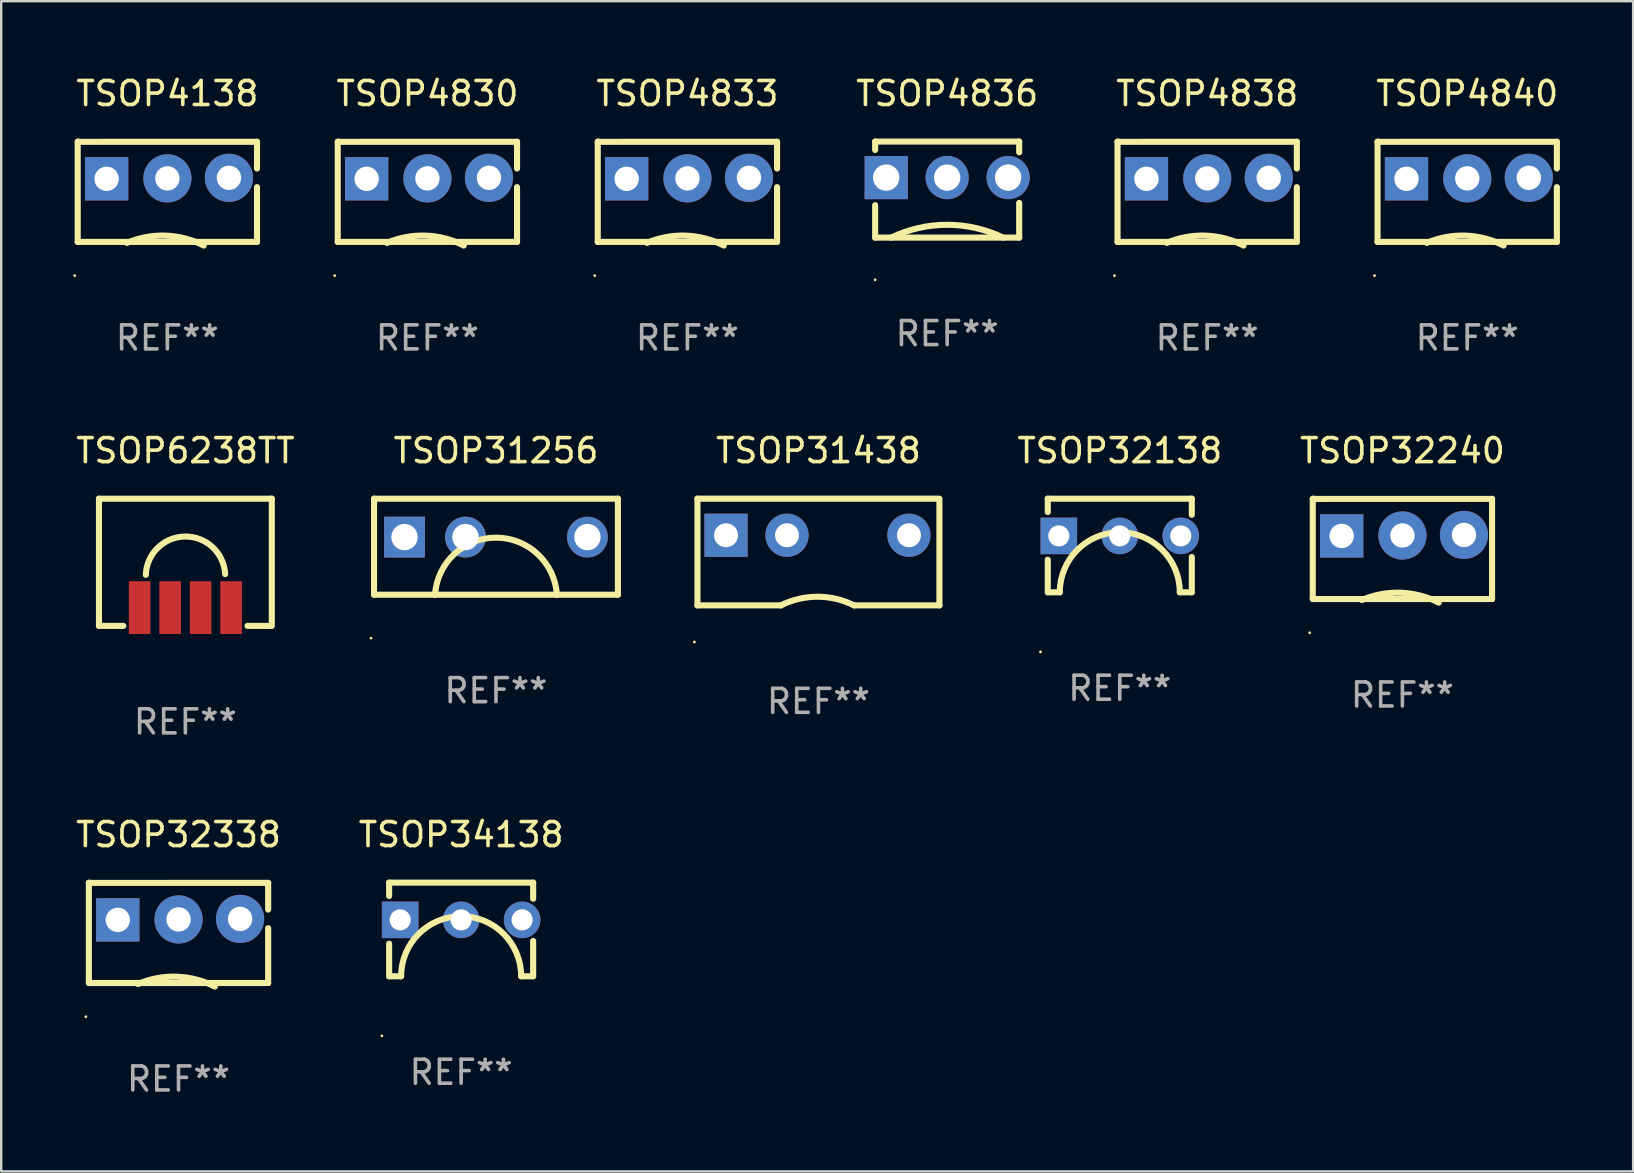
<source format=kicad_pcb>
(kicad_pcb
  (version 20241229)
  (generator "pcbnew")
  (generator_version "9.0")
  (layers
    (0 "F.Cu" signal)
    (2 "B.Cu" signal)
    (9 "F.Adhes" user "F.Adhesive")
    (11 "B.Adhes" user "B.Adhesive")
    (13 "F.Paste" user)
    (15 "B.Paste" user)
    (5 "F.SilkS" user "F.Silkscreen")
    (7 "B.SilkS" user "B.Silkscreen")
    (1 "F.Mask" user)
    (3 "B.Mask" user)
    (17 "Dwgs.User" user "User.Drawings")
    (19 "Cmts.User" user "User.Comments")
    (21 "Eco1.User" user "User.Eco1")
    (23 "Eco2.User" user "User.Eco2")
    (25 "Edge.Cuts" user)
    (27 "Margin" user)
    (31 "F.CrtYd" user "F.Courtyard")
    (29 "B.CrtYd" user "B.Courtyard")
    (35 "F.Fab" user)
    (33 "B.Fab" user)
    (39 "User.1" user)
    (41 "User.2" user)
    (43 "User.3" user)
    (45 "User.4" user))
  (footprint "TSOP4836"
    (layer "F.Cu")
    (at 36.409 4.848)
    (property "Reference" "TSOP4836" (at 0 -4 0) (layer "F.SilkS") (effects (font (size 1 1) (thickness 0.15))))
    (attr through_hole)
    (fp_line (start -3 -2) (end 3 -2) (stroke (width 0.254) (type solid)) (layer "F.SilkS"))
    (fp_line (start -3 -1.65) (end -3 -2) (stroke (width 0.254) (type solid)) (layer "F.SilkS"))
    (fp_line (start -3 2) (end -3 0.65) (stroke (width 0.254) (type solid)) (layer "F.SilkS"))
    (fp_line (start -3 2) (end 3 2) (stroke (width 0.254) (type solid)) (layer "F.SilkS"))
    (fp_line (start 3 -1.554) (end 3 -2) (stroke (width 0.254) (type solid)) (layer "F.SilkS"))
    (fp_line (start 3 2) (end 3 0.554) (stroke (width 0.254) (type solid)) (layer "F.SilkS"))
    (fp_arc (start -2.332372 2) (mid 0.000013 1.466571) (end 2.332398 2) (stroke (width 0.254001) (type solid)) (layer "F.SilkS"))
    (fp_circle (center -3 3.758) (end -2.97 3.758) (stroke (width 0.06) (type solid)) (fill no) (layer "F.SilkS"))
    (fp_text user "REF**" (at 0 6 0) (layer "F.Fab") (effects (font (size 1 1) (thickness 0.15))))
    (pad "1" thru_hole rect (at -2.54 -0.5) (size 1.8 1.8) (drill 1.1) (layers "*.Cu" "*.Mask"))
    (pad "2" thru_hole circle (at -0.000318 -0.5) (size 1.8 1.8) (drill 1.1) (layers "*.Cu" "*.Mask"))
    (pad "3" thru_hole circle (at 2.54 -0.5) (size 1.8 1.8) (drill 1.1) (layers "*.Cu" "*.Mask")))
  (footprint "TSOP31438"
    (layer "F.Cu")
    (at 31.046 19.947)
    (property "Reference" "TSOP31438" (at 0 -4.223 0) (layer "F.SilkS") (effects (font (size 1 1) (thickness 0.15))))
    (attr through_hole)
    (fp_line (start -5.04 -2.223) (end -5.04 2.223) (stroke (width 0.254) (type solid)) (layer "F.SilkS"))
    (fp_line (start -5.04 -2.223) (end 4.96 -2.223) (stroke (width 0.254) (type solid)) (layer "F.SilkS"))
    (fp_line (start -5.04 2.223) (end -1.564 2.223) (stroke (width 0.254) (type solid)) (layer "F.SilkS"))
    (fp_line (start 1.484 2.223) (end 5.04 2.223) (stroke (width 0.254) (type solid)) (layer "F.SilkS"))
    (fp_line (start 5.04 2.223) (end 5.04 -2.223) (stroke (width 0.254) (type solid)) (layer "F.SilkS"))
    (fp_arc (start -1.564008 2.222504) (mid -0.040005 1.862736) (end 1.483999 2.222504) (stroke (width 0.254001) (type solid)) (layer "F.SilkS"))
    (fp_circle (center -5.167 3.747) (end -5.137 3.747) (stroke (width 0.06) (type solid)) (fill no) (layer "F.SilkS"))
    (fp_text user "REF**" (at 0 6.223 0) (layer "F.Fab") (effects (font (size 1 1) (thickness 0.15))))
    (pad "1" thru_hole rect (at -3.85 -0.699) (size 1.8 1.8) (drill 1) (layers "*.Cu" "*.Mask"))
    (pad "2" thru_hole circle (at -1.31 -0.699) (size 1.8 1.8) (drill 1) (layers "*.Cu" "*.Mask"))
    (pad "3" thru_hole circle (at 3.77 -0.699) (size 1.8 1.8) (drill 1) (layers "*.Cu" "*.Mask")))
  (footprint "TSOP32338"
    (layer "F.Cu")
    (at 4.387 35.811)
    (property "Reference" "TSOP32338" (at 0 -4.09 0) (layer "F.SilkS") (effects (font (size 1 1) (thickness 0.15))))
    (attr through_hole)
    (fp_line (start -3.735 -2.081) (end -3.705 -2.09) (stroke (width 0.254) (type solid)) (layer "F.SilkS"))
    (fp_line (start -3.735 2.09) (end -3.735 -2.081) (stroke (width 0.254) (type solid)) (layer "F.SilkS"))
    (fp_line (start -3.725 -2.08) (end 3.735 -2.081) (stroke (width 0.254) (type solid)) (layer "F.SilkS"))
    (fp_line (start 3.735 -2.081) (end 3.735 -0.968) (stroke (width 0.254) (type solid)) (layer "F.SilkS"))
    (fp_line (start 3.735 -0.192) (end 3.735 2.09) (stroke (width 0.254) (type solid)) (layer "F.SilkS"))
    (fp_line (start 3.735 2.09) (end -3.735 2.09) (stroke (width 0.254) (type solid)) (layer "F.SilkS"))
    (fp_arc (start -1.684912 2.130175) (mid -0.072561 1.828006) (end 1.515241 2.240158) (stroke (width 0.254001) (type solid)) (layer "F.SilkS"))
    (fp_circle (center -3.862 3.495) (end -3.832 3.495) (stroke (width 0.06) (type solid)) (fill no) (layer "F.SilkS"))
    (fp_text user "REF**" (at 0 6.09 0) (layer "F.Fab") (effects (font (size 1 1) (thickness 0.15))))
    (pad "1" thru_hole rect (at -2.53 -0.539) (size 1.803 1.803) (drill 1.016) (layers "*.Cu" "*.Mask"))
    (pad "2" thru_hole circle (at 0.002 -0.557) (size 2.007 2.007) (drill 1.016) (layers "*.Cu" "*.Mask"))
    (pad "3" thru_hole circle (at 2.565 -0.58) (size 2.007 2.007) (drill 1.016) (layers "*.Cu" "*.Mask")))
  (footprint "TSOP6238TT"
    (layer "F.Cu")
    (at 4.673 20.375)
    (property "Reference" "TSOP6238TT" (at 0 -4.65 0) (layer "F.SilkS") (effects (font (size 1 1) (thickness 0.15))))
    (attr through_hole)
    (fp_line (start -3.6 -2.65) (end -3.6 2.65) (stroke (width 0.254) (type solid)) (layer "F.SilkS"))
    (fp_line (start -3.6 2.65) (end -2.586 2.65) (stroke (width 0.254) (type solid)) (layer "F.SilkS"))
    (fp_line (start 2.586 2.65) (end 3.556 2.65) (stroke (width 0.254) (type solid)) (layer "F.SilkS"))
    (fp_line (start 3.6 -2.65) (end -3.6 -2.65) (stroke (width 0.254) (type solid)) (layer "F.SilkS"))
    (fp_line (start 3.6 -2.65) (end 3.6 2.65) (stroke (width 0.254) (type solid)) (layer "F.SilkS"))
    (fp_arc (start -1.648439 0.524929) (mid -0.011327 -1.074016) (end 1.656871 0.492469) (stroke (width 0.254001) (type solid)) (layer "F.SilkS"))
    (fp_text user "REF**" (at 0 6.65 0) (layer "F.Fab") (effects (font (size 1 1) (thickness 0.15))))
    (pad "1" smd rect (at -1.905 1.888) (size 0.9 2.2) (layers "F.Cu" "F.Mask" "F.Paste"))
    (pad "2" smd rect (at -0.635 1.888) (size 0.9 2.2) (layers "F.Cu" "F.Mask" "F.Paste"))
    (pad "3" smd rect (at 0.635 1.888) (size 0.9 2.2) (layers "F.Cu" "F.Mask" "F.Paste"))
    (pad "4" smd rect (at 1.905 1.888) (size 0.9 2.2) (layers "F.Cu" "F.Mask" "F.Paste")))
  (footprint "TSOP4830"
    (layer "F.Cu")
    (at 14.755 4.938)
    (property "Reference" "TSOP4830" (at 0 -4.09 0) (layer "F.SilkS") (effects (font (size 1 1) (thickness 0.15))))
    (attr through_hole)
    (fp_line (start -3.735 -2.081) (end -3.705 -2.09) (stroke (width 0.254) (type solid)) (layer "F.SilkS"))
    (fp_line (start -3.735 2.09) (end -3.735 -2.081) (stroke (width 0.254) (type solid)) (layer "F.SilkS"))
    (fp_line (start -3.725 -2.08) (end 3.735 -2.081) (stroke (width 0.254) (type solid)) (layer "F.SilkS"))
    (fp_line (start 3.735 -2.081) (end 3.735 -0.968) (stroke (width 0.254) (type solid)) (layer "F.SilkS"))
    (fp_line (start 3.735 -0.192) (end 3.735 2.09) (stroke (width 0.254) (type solid)) (layer "F.SilkS"))
    (fp_line (start 3.735 2.09) (end -3.735 2.09) (stroke (width 0.254) (type solid)) (layer "F.SilkS"))
    (fp_arc (start -1.684912 2.130175) (mid -0.072561 1.828006) (end 1.515241 2.240158) (stroke (width 0.254001) (type solid)) (layer "F.SilkS"))
    (fp_circle (center -3.862 3.495) (end -3.832 3.495) (stroke (width 0.06) (type solid)) (fill no) (layer "F.SilkS"))
    (fp_text user "REF**" (at 0 6.09 0) (layer "F.Fab") (effects (font (size 1 1) (thickness 0.15))))
    (pad "1" thru_hole rect (at -2.53 -0.539) (size 1.803 1.803) (drill 1.016) (layers "*.Cu" "*.Mask"))
    (pad "2" thru_hole circle (at 0.002 -0.557) (size 2.007 2.007) (drill 1.016) (layers "*.Cu" "*.Mask"))
    (pad "3" thru_hole circle (at 2.565 -0.58) (size 2.007 2.007) (drill 1.016) (layers "*.Cu" "*.Mask")))
  (footprint "TSOP4840"
    (layer "F.Cu")
    (at 58.074 4.938)
    (property "Reference" "TSOP4840" (at 0 -4.09 0) (layer "F.SilkS") (effects (font (size 1 1) (thickness 0.15))))
    (attr through_hole)
    (fp_line (start -3.735 -2.081) (end -3.705 -2.09) (stroke (width 0.254) (type solid)) (layer "F.SilkS"))
    (fp_line (start -3.735 2.09) (end -3.735 -2.081) (stroke (width 0.254) (type solid)) (layer "F.SilkS"))
    (fp_line (start -3.725 -2.08) (end 3.735 -2.081) (stroke (width 0.254) (type solid)) (layer "F.SilkS"))
    (fp_line (start 3.735 -2.081) (end 3.735 -0.968) (stroke (width 0.254) (type solid)) (layer "F.SilkS"))
    (fp_line (start 3.735 -0.192) (end 3.735 2.09) (stroke (width 0.254) (type solid)) (layer "F.SilkS"))
    (fp_line (start 3.735 2.09) (end -3.735 2.09) (stroke (width 0.254) (type solid)) (layer "F.SilkS"))
    (fp_arc (start -1.684912 2.130175) (mid -0.072561 1.828006) (end 1.515241 2.240158) (stroke (width 0.254001) (type solid)) (layer "F.SilkS"))
    (fp_circle (center -3.862 3.495) (end -3.832 3.495) (stroke (width 0.06) (type solid)) (fill no) (layer "F.SilkS"))
    (fp_text user "REF**" (at 0 6.09 0) (layer "F.Fab") (effects (font (size 1 1) (thickness 0.15))))
    (pad "1" thru_hole rect (at -2.53 -0.539) (size 1.803 1.803) (drill 1.016) (layers "*.Cu" "*.Mask"))
    (pad "2" thru_hole circle (at 0.002 -0.557) (size 2.007 2.007) (drill 1.016) (layers "*.Cu" "*.Mask"))
    (pad "3" thru_hole circle (at 2.565 -0.58) (size 2.007 2.007) (drill 1.016) (layers "*.Cu" "*.Mask")))
  (footprint "TSOP34138"
    (layer "F.Cu")
    (at 16.161 35.671)
    (property "Reference" "TSOP34138" (at 0 -3.95 0) (layer "F.SilkS") (effects (font (size 1 1) (thickness 0.15))))
    (attr through_hole)
    (fp_line (start -3 -1.95) (end -3 -1.393) (stroke (width 0.254) (type solid)) (layer "F.SilkS"))
    (fp_line (start -3 -1.95) (end 3 -1.95) (stroke (width 0.254) (type solid)) (layer "F.SilkS"))
    (fp_line (start -3 0.593) (end -3 1.95) (stroke (width 0.254) (type solid)) (layer "F.SilkS"))
    (fp_line (start -3 1.95) (end -2.5 1.95) (stroke (width 0.254) (type solid)) (layer "F.SilkS"))
    (fp_line (start 2.5 1.95) (end 3 1.95) (stroke (width 0.254) (type solid)) (layer "F.SilkS"))
    (fp_line (start 3 -1.95) (end 3 -1.28) (stroke (width 0.254) (type solid)) (layer "F.SilkS"))
    (fp_line (start 3 0.48) (end 3 1.95) (stroke (width 0.254) (type solid)) (layer "F.SilkS"))
    (fp_arc (start -2.5 1.95) (mid 0 -0.549924) (end 2.5 1.95) (stroke (width 0.254001) (type solid)) (layer "F.SilkS"))
    (fp_circle (center -3.302 4.431) (end -3.272 4.431) (stroke (width 0.06) (type solid)) (fill no) (layer "F.SilkS"))
    (fp_text user "REF**" (at 0 5.95 0) (layer "F.Fab") (effects (font (size 1 1) (thickness 0.15))))
    (pad "1" thru_hole rect (at -2.54 -0.4) (size 1.524 1.524) (drill 0.88) (layers "*.Cu" "*.Mask"))
    (pad "2" thru_hole circle (at 0 -0.4) (size 1.524 1.524) (drill 0.88) (layers "*.Cu" "*.Mask"))
    (pad "3" thru_hole circle (at 2.54 -0.4) (size 1.524 1.524) (drill 0.88) (layers "*.Cu" "*.Mask")))
  (footprint "TSOP4138"
    (layer "F.Cu")
    (at 3.922 4.938)
    (property "Reference" "TSOP4138" (at 0 -4.09 0) (layer "F.SilkS") (effects (font (size 1 1) (thickness 0.15))))
    (attr through_hole)
    (fp_line (start -3.735 -2.081) (end -3.705 -2.09) (stroke (width 0.254) (type solid)) (layer "F.SilkS"))
    (fp_line (start -3.735 2.09) (end -3.735 -2.081) (stroke (width 0.254) (type solid)) (layer "F.SilkS"))
    (fp_line (start -3.725 -2.08) (end 3.735 -2.081) (stroke (width 0.254) (type solid)) (layer "F.SilkS"))
    (fp_line (start 3.735 -2.081) (end 3.735 -0.968) (stroke (width 0.254) (type solid)) (layer "F.SilkS"))
    (fp_line (start 3.735 -0.192) (end 3.735 2.09) (stroke (width 0.254) (type solid)) (layer "F.SilkS"))
    (fp_line (start 3.735 2.09) (end -3.735 2.09) (stroke (width 0.254) (type solid)) (layer "F.SilkS"))
    (fp_arc (start -1.684912 2.130175) (mid -0.072561 1.828006) (end 1.515241 2.240158) (stroke (width 0.254001) (type solid)) (layer "F.SilkS"))
    (fp_circle (center -3.862 3.495) (end -3.832 3.495) (stroke (width 0.06) (type solid)) (fill no) (layer "F.SilkS"))
    (fp_text user "REF**" (at 0 6.09 0) (layer "F.Fab") (effects (font (size 1 1) (thickness 0.15))))
    (pad "1" thru_hole rect (at -2.53 -0.539) (size 1.803 1.803) (drill 1.016) (layers "*.Cu" "*.Mask"))
    (pad "2" thru_hole circle (at 0.002 -0.557) (size 2.007 2.007) (drill 1.016) (layers "*.Cu" "*.Mask"))
    (pad "3" thru_hole circle (at 2.565 -0.58) (size 2.007 2.007) (drill 1.016) (layers "*.Cu" "*.Mask")))
  (footprint "TSOP4838"
    (layer "F.Cu")
    (at 47.241 4.938)
    (property "Reference" "TSOP4838" (at 0 -4.09 0) (layer "F.SilkS") (effects (font (size 1 1) (thickness 0.15))))
    (attr through_hole)
    (fp_line (start -3.735 -2.081) (end -3.705 -2.09) (stroke (width 0.254) (type solid)) (layer "F.SilkS"))
    (fp_line (start -3.735 2.09) (end -3.735 -2.081) (stroke (width 0.254) (type solid)) (layer "F.SilkS"))
    (fp_line (start -3.725 -2.08) (end 3.735 -2.081) (stroke (width 0.254) (type solid)) (layer "F.SilkS"))
    (fp_line (start 3.735 -2.081) (end 3.735 -0.968) (stroke (width 0.254) (type solid)) (layer "F.SilkS"))
    (fp_line (start 3.735 -0.192) (end 3.735 2.09) (stroke (width 0.254) (type solid)) (layer "F.SilkS"))
    (fp_line (start 3.735 2.09) (end -3.735 2.09) (stroke (width 0.254) (type solid)) (layer "F.SilkS"))
    (fp_arc (start -1.684912 2.130175) (mid -0.072561 1.828006) (end 1.515241 2.240158) (stroke (width 0.254001) (type solid)) (layer "F.SilkS"))
    (fp_circle (center -3.862 3.495) (end -3.832 3.495) (stroke (width 0.06) (type solid)) (fill no) (layer "F.SilkS"))
    (fp_text user "REF**" (at 0 6.09 0) (layer "F.Fab") (effects (font (size 1 1) (thickness 0.15))))
    (pad "1" thru_hole rect (at -2.53 -0.539) (size 1.803 1.803) (drill 1.016) (layers "*.Cu" "*.Mask"))
    (pad "2" thru_hole circle (at 0.002 -0.557) (size 2.007 2.007) (drill 1.016) (layers "*.Cu" "*.Mask"))
    (pad "3" thru_hole circle (at 2.565 -0.58) (size 2.007 2.007) (drill 1.016) (layers "*.Cu" "*.Mask")))
  (footprint "TSOP31256"
    (layer "F.Cu")
    (at 17.612 19.725)
    (property "Reference" "TSOP31256" (at 0 -4 0) (layer "F.SilkS") (effects (font (size 1 1) (thickness 0.15))))
    (attr through_hole)
    (fp_line (start -5.08 -2) (end 5.08 -2) (stroke (width 0.254) (type solid)) (layer "F.SilkS"))
    (fp_line (start -5.08 2) (end -5.08 -2) (stroke (width 0.254) (type solid)) (layer "F.SilkS"))
    (fp_line (start 5.08 -2) (end 5.08 2) (stroke (width 0.254) (type solid)) (layer "F.SilkS"))
    (fp_line (start 5.08 2) (end -5.08 2) (stroke (width 0.254) (type solid)) (layer "F.SilkS"))
    (fp_arc (start -2.540005 2.013016) (mid 0.000001 -0.377628) (end 2.540005 2.013018) (stroke (width 0.254001) (type solid)) (layer "F.SilkS"))
    (fp_circle (center -5.207 3.809) (end -5.177 3.809) (stroke (width 0.06) (type solid)) (fill no) (layer "F.SilkS"))
    (fp_text user "REF**" (at 0 6 0) (layer "F.Fab") (effects (font (size 1 1) (thickness 0.15))))
    (pad "1" thru_hole rect (at -3.81 -0.4) (size 1.7 1.7) (drill 1.1) (layers "*.Cu" "*.Mask"))
    (pad "2" thru_hole circle (at -1.27 -0.4) (size 1.7 1.7) (drill 1.1) (layers "*.Cu" "*.Mask"))
    (pad "3" thru_hole circle (at 3.81 -0.4) (size 1.7 1.7) (drill 1.1) (layers "*.Cu" "*.Mask")))
  (footprint "TSOP4833"
    (layer "F.Cu")
    (at 25.587 4.938)
    (property "Reference" "TSOP4833" (at 0 -4.09 0) (layer "F.SilkS") (effects (font (size 1 1) (thickness 0.15))))
    (attr through_hole)
    (fp_line (start -3.735 -2.081) (end -3.705 -2.09) (stroke (width 0.254) (type solid)) (layer "F.SilkS"))
    (fp_line (start -3.735 2.09) (end -3.735 -2.081) (stroke (width 0.254) (type solid)) (layer "F.SilkS"))
    (fp_line (start -3.725 -2.08) (end 3.735 -2.081) (stroke (width 0.254) (type solid)) (layer "F.SilkS"))
    (fp_line (start 3.735 -2.081) (end 3.735 -0.968) (stroke (width 0.254) (type solid)) (layer "F.SilkS"))
    (fp_line (start 3.735 -0.192) (end 3.735 2.09) (stroke (width 0.254) (type solid)) (layer "F.SilkS"))
    (fp_line (start 3.735 2.09) (end -3.735 2.09) (stroke (width 0.254) (type solid)) (layer "F.SilkS"))
    (fp_arc (start -1.684912 2.130175) (mid -0.072561 1.828006) (end 1.515241 2.240158) (stroke (width 0.254001) (type solid)) (layer "F.SilkS"))
    (fp_circle (center -3.862 3.495) (end -3.832 3.495) (stroke (width 0.06) (type solid)) (fill no) (layer "F.SilkS"))
    (fp_text user "REF**" (at 0 6.09 0) (layer "F.Fab") (effects (font (size 1 1) (thickness 0.15))))
    (pad "1" thru_hole rect (at -2.53 -0.539) (size 1.803 1.803) (drill 1.016) (layers "*.Cu" "*.Mask"))
    (pad "2" thru_hole circle (at 0.002 -0.557) (size 2.007 2.007) (drill 1.016) (layers "*.Cu" "*.Mask"))
    (pad "3" thru_hole circle (at 2.565 -0.58) (size 2.007 2.007) (drill 1.016) (layers "*.Cu" "*.Mask")))
  (footprint "TSOP32138"
    (layer "F.Cu")
    (at 43.6 19.675)
    (property "Reference" "TSOP32138" (at 0 -3.95 0) (layer "F.SilkS") (effects (font (size 1 1) (thickness 0.15))))
    (attr through_hole)
    (fp_line (start -3 -1.95) (end -3 -1.393) (stroke (width 0.254) (type solid)) (layer "F.SilkS"))
    (fp_line (start -3 -1.95) (end 3 -1.95) (stroke (width 0.254) (type solid)) (layer "F.SilkS"))
    (fp_line (start -3 0.593) (end -3 1.95) (stroke (width 0.254) (type solid)) (layer "F.SilkS"))
    (fp_line (start -3 1.95) (end -2.5 1.95) (stroke (width 0.254) (type solid)) (layer "F.SilkS"))
    (fp_line (start 2.5 1.95) (end 3 1.95) (stroke (width 0.254) (type solid)) (layer "F.SilkS"))
    (fp_line (start 3 -1.95) (end 3 -1.28) (stroke (width 0.254) (type solid)) (layer "F.SilkS"))
    (fp_line (start 3 0.48) (end 3 1.95) (stroke (width 0.254) (type solid)) (layer "F.SilkS"))
    (fp_arc (start -2.5 1.95) (mid 0 -0.549924) (end 2.5 1.95) (stroke (width 0.254001) (type solid)) (layer "F.SilkS"))
    (fp_circle (center -3.302 4.431) (end -3.272 4.431) (stroke (width 0.06) (type solid)) (fill no) (layer "F.SilkS"))
    (fp_text user "REF**" (at 0 5.95 0) (layer "F.Fab") (effects (font (size 1 1) (thickness 0.15))))
    (pad "1" thru_hole rect (at -2.54 -0.4) (size 1.524 1.524) (drill 0.88) (layers "*.Cu" "*.Mask"))
    (pad "2" thru_hole circle (at 0 -0.4) (size 1.524 1.524) (drill 0.88) (layers "*.Cu" "*.Mask"))
    (pad "3" thru_hole circle (at 2.54 -0.4) (size 1.524 1.524) (drill 0.88) (layers "*.Cu" "*.Mask")))
  (footprint "TSOP32240"
    (layer "F.Cu")
    (at 55.374 19.815)
    (property "Reference" "TSOP32240" (at 0 -4.09 0) (layer "F.SilkS") (effects (font (size 1 1) (thickness 0.15))))
    (attr through_hole)
    (fp_line (start -3.735 -2.081) (end -3.705 -2.09) (stroke (width 0.254) (type solid)) (layer "F.SilkS"))
    (fp_line (start -3.735 2.09) (end -3.735 -2.081) (stroke (width 0.254) (type solid)) (layer "F.SilkS"))
    (fp_line (start -3.725 -2.08) (end 3.735 -2.081) (stroke (width 0.254) (type solid)) (layer "F.SilkS"))
    (fp_line (start 3.735 -2.081) (end 3.735 2.09) (stroke (width 0.254) (type solid)) (layer "F.SilkS"))
    (fp_line (start 3.735 2.09) (end -3.735 2.09) (stroke (width 0.254) (type solid)) (layer "F.SilkS"))
    (fp_arc (start -1.684912 2.130175) (mid -0.072561 1.828006) (end 1.515241 2.240158) (stroke (width 0.254001) (type solid)) (layer "F.SilkS"))
    (fp_circle (center -3.862 3.495) (end -3.832 3.495) (stroke (width 0.06) (type solid)) (fill no) (layer "F.SilkS"))
    (fp_text user "REF**" (at 0 6.09 0) (layer "F.Fab") (effects (font (size 1 1) (thickness 0.15))))
    (pad "1" thru_hole rect (at -2.53 -0.539) (size 1.803 1.803) (drill 1.016) (layers "*.Cu" "*.Mask"))
    (pad "2" thru_hole circle (at 0.002 -0.557) (size 2.007 2.007) (drill 1.016) (layers "*.Cu" "*.Mask"))
    (pad "3" thru_hole circle (at 2.565 -0.58) (size 2.007 2.007) (drill 1.016) (layers "*.Cu" "*.Mask")))
  (gr_rect
    (start -3 -3)
    (end 64.985 45.75)
    (stroke (width 0.1) (type default))
    (fill no)
    (layer "Edge.Cuts")))
</source>
